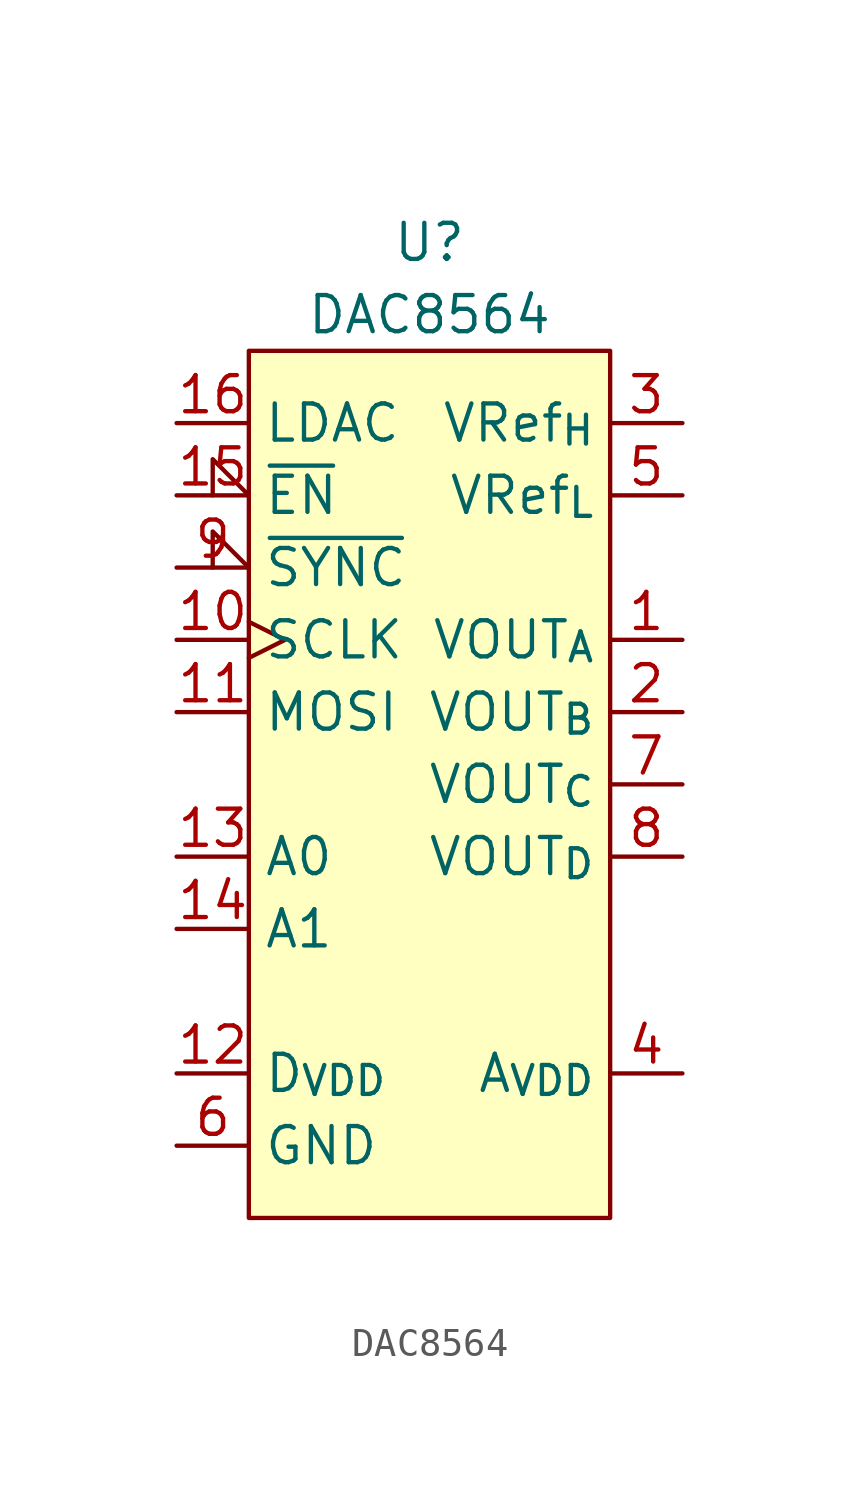
<source format=kicad_sym>
(kicad_symbol_lib
  (version 20220914)
  (generator kicad_symbol_editor)
  (symbol "DAC8564"
    (property "Reference" "U"
      (at 0 3.81 0)
      (effects (font (size 1.27 1.27))))
    (property "Value" "DAC8564"
      (at 0 1.27 0)
      (effects (font (size 1.27 1.27))))
    (symbol "DAC8564_0_1"
      (rectangle (start -6.35 0) (end 6.35 -30.48) (stroke (width 0) (type default)) (fill (type background))))
    (symbol "DAC8564_1_1"
      (pin output line (at 8.89 -10.16 180) (length 2.54) (name "VOUT_{A}" (effects (font (size 1.27 1.27)))) (number "1" (effects (font (size 1.27 1.27)))))
      (pin input clock (at -8.89 -10.16 0) (length 2.54) (name "SCLK" (effects (font (size 1.27 1.27)))) (number "10" (effects (font (size 1.27 1.27)))))
      (pin input line (at -8.89 -12.7 0) (length 2.54) (name "MOSI" (effects (font (size 1.27 1.27)))) (number "11" (effects (font (size 1.27 1.27)))))
      (pin power_in line (at -8.89 -25.4 0) (length 2.54) (name "D_{VDD}" (effects (font (size 1.27 1.27)))) (number "12" (effects (font (size 1.27 1.27)))))
      (pin passive line (at -8.89 -17.78 0) (length 2.54) (name "A0" (effects (font (size 1.27 1.27)))) (number "13" (effects (font (size 1.27 1.27)))))
      (pin passive line (at -8.89 -20.32 0) (length 2.54) (name "A1" (effects (font (size 1.27 1.27)))) (number "14" (effects (font (size 1.27 1.27)))))
      (pin input input_low (at -8.89 -5.08 0) (length 2.54) (name "~{EN}" (effects (font (size 1.27 1.27)))) (number "15" (effects (font (size 1.27 1.27)))))
      (pin input line (at -8.89 -2.54 0) (length 2.54) (name "LDAC" (effects (font (size 1.27 1.27)))) (number "16" (effects (font (size 1.27 1.27)))))
      (pin output line (at 8.89 -12.7 180) (length 2.54) (name "VOUT_{B}" (effects (font (size 1.27 1.27)))) (number "2" (effects (font (size 1.27 1.27)))))
      (pin bidirectional line (at 8.89 -2.54 180) (length 2.54) (name "VRef_{H}" (effects (font (size 1.27 1.27)))) (number "3" (effects (font (size 1.27 1.27)))))
      (pin power_in line (at 8.89 -25.4 180) (length 2.54) (name "A_{VDD}" (effects (font (size 1.27 1.27)))) (number "4" (effects (font (size 1.27 1.27)))))
      (pin input line (at 8.89 -5.08 180) (length 2.54) (name "VRef_{L}" (effects (font (size 1.27 1.27)))) (number "5" (effects (font (size 1.27 1.27)))))
      (pin power_in line (at -8.89 -27.94 0) (length 2.54) (name "GND" (effects (font (size 1.27 1.27)))) (number "6" (effects (font (size 1.27 1.27)))))
      (pin output line (at 8.89 -15.24 180) (length 2.54) (name "VOUT_{C}" (effects (font (size 1.27 1.27)))) (number "7" (effects (font (size 1.27 1.27)))))
      (pin output line (at 8.89 -17.78 180) (length 2.54) (name "VOUT_{D}" (effects (font (size 1.27 1.27)))) (number "8" (effects (font (size 1.27 1.27)))))
      (pin input input_low (at -8.89 -7.62 0) (length 2.54) (name "~{SYNC}" (effects (font (size 1.27 1.27)))) (number "9" (effects (font (size 1.27 1.27))))))))
</source>
